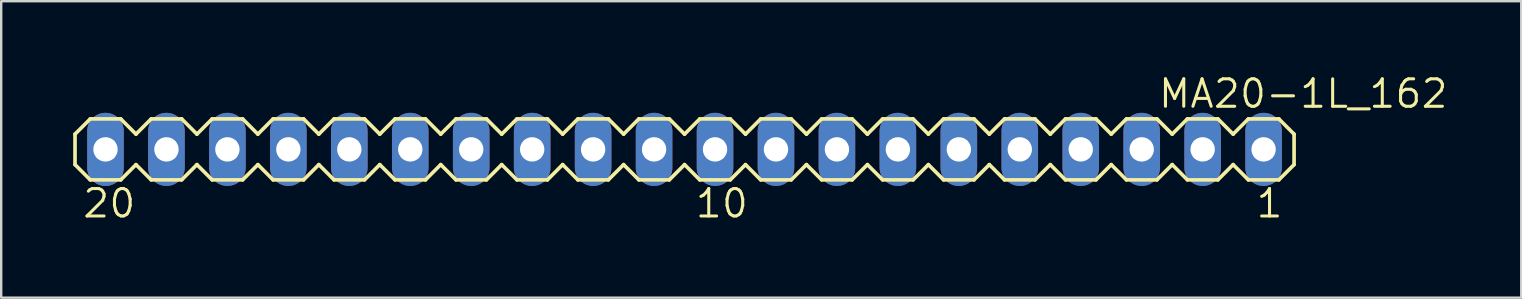
<source format=kicad_pcb>
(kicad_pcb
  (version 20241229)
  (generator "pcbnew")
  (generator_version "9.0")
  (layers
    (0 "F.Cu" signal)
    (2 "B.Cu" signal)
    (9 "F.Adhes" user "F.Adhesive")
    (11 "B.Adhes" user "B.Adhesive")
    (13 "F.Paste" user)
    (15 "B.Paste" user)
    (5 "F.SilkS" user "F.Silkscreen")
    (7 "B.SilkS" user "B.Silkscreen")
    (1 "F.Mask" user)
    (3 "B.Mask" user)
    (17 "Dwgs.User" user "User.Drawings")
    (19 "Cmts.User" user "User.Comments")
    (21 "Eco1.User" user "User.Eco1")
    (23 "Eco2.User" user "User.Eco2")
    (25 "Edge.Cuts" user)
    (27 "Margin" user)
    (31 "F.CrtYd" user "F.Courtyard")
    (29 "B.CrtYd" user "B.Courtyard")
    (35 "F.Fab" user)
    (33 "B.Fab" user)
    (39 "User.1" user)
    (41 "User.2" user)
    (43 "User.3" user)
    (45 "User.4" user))
  (footprint "MA20-1L_162"
    (layer "F.Cu")
    (at 25.476 3.175)
    (property "Reference" "MA20-1L_162" (at 19.685 -1.651 0) (unlocked yes) (layer "F.SilkS") (effects (font (size 1.143 1.143) (thickness 0.127)) (justify left bottom)))
    (fp_line (start -25.4 -0.635) (end -24.765 -1.27) (stroke (width 0.152) (type solid)) (layer "F.SilkS"))
    (fp_line (start -25.4 0.635) (end -25.4 -0.635) (stroke (width 0.152) (type solid)) (layer "F.SilkS"))
    (fp_line (start -24.765 -1.27) (end -23.495 -1.27) (stroke (width 0.152) (type solid)) (layer "F.SilkS"))
    (fp_line (start -24.765 1.27) (end -25.4 0.635) (stroke (width 0.152) (type solid)) (layer "F.SilkS"))
    (fp_line (start -23.495 -1.27) (end -22.86 -0.635) (stroke (width 0.152) (type solid)) (layer "F.SilkS"))
    (fp_line (start -23.495 1.27) (end -24.765 1.27) (stroke (width 0.152) (type solid)) (layer "F.SilkS"))
    (fp_line (start -22.86 -0.635) (end -22.225 -1.27) (stroke (width 0.152) (type solid)) (layer "F.SilkS"))
    (fp_line (start -22.86 0.635) (end -23.495 1.27) (stroke (width 0.152) (type solid)) (layer "F.SilkS"))
    (fp_line (start -22.225 -1.27) (end -20.955 -1.27) (stroke (width 0.152) (type solid)) (layer "F.SilkS"))
    (fp_line (start -22.225 1.27) (end -22.86 0.635) (stroke (width 0.152) (type solid)) (layer "F.SilkS"))
    (fp_line (start -20.955 1.27) (end -22.225 1.27) (stroke (width 0.152) (type solid)) (layer "F.SilkS"))
    (fp_line (start -20.955 1.27) (end -20.32 0.635) (stroke (width 0.152) (type solid)) (layer "F.SilkS"))
    (fp_line (start -20.32 -0.635) (end -20.955 -1.27) (stroke (width 0.152) (type solid)) (layer "F.SilkS"))
    (fp_line (start -20.32 -0.635) (end -19.685 -1.27) (stroke (width 0.152) (type solid)) (layer "F.SilkS"))
    (fp_line (start -19.685 -1.27) (end -18.415 -1.27) (stroke (width 0.152) (type solid)) (layer "F.SilkS"))
    (fp_line (start -19.685 1.27) (end -20.32 0.635) (stroke (width 0.152) (type solid)) (layer "F.SilkS"))
    (fp_line (start -18.415 -1.27) (end -17.78 -0.635) (stroke (width 0.152) (type solid)) (layer "F.SilkS"))
    (fp_line (start -18.415 1.27) (end -19.685 1.27) (stroke (width 0.152) (type solid)) (layer "F.SilkS"))
    (fp_line (start -17.78 -0.635) (end -17.145 -1.27) (stroke (width 0.152) (type solid)) (layer "F.SilkS"))
    (fp_line (start -17.78 0.635) (end -18.415 1.27) (stroke (width 0.152) (type solid)) (layer "F.SilkS"))
    (fp_line (start -17.145 -1.27) (end -15.875 -1.27) (stroke (width 0.152) (type solid)) (layer "F.SilkS"))
    (fp_line (start -17.145 1.27) (end -17.78 0.635) (stroke (width 0.152) (type solid)) (layer "F.SilkS"))
    (fp_line (start -15.875 -1.27) (end -15.24 -0.635) (stroke (width 0.152) (type solid)) (layer "F.SilkS"))
    (fp_line (start -15.875 1.27) (end -17.145 1.27) (stroke (width 0.152) (type solid)) (layer "F.SilkS"))
    (fp_line (start -15.24 -0.635) (end -14.605 -1.27) (stroke (width 0.152) (type solid)) (layer "F.SilkS"))
    (fp_line (start -15.24 0.635) (end -15.875 1.27) (stroke (width 0.152) (type solid)) (layer "F.SilkS"))
    (fp_line (start -14.605 -1.27) (end -13.335 -1.27) (stroke (width 0.152) (type solid)) (layer "F.SilkS"))
    (fp_line (start -14.605 1.27) (end -15.24 0.635) (stroke (width 0.152) (type solid)) (layer "F.SilkS"))
    (fp_line (start -13.335 1.27) (end -14.605 1.27) (stroke (width 0.152) (type solid)) (layer "F.SilkS"))
    (fp_line (start -13.335 1.27) (end -12.7 0.635) (stroke (width 0.152) (type solid)) (layer "F.SilkS"))
    (fp_line (start -12.7 -0.635) (end -13.335 -1.27) (stroke (width 0.152) (type solid)) (layer "F.SilkS"))
    (fp_line (start -12.7 -0.635) (end -12.065 -1.27) (stroke (width 0.152) (type solid)) (layer "F.SilkS"))
    (fp_line (start -12.065 -1.27) (end -10.795 -1.27) (stroke (width 0.152) (type solid)) (layer "F.SilkS"))
    (fp_line (start -12.065 1.27) (end -12.7 0.635) (stroke (width 0.152) (type solid)) (layer "F.SilkS"))
    (fp_line (start -10.795 -1.27) (end -10.16 -0.635) (stroke (width 0.152) (type solid)) (layer "F.SilkS"))
    (fp_line (start -10.795 1.27) (end -12.065 1.27) (stroke (width 0.152) (type solid)) (layer "F.SilkS"))
    (fp_line (start -10.16 -0.635) (end -9.525 -1.27) (stroke (width 0.152) (type solid)) (layer "F.SilkS"))
    (fp_line (start -10.16 0.635) (end -10.795 1.27) (stroke (width 0.152) (type solid)) (layer "F.SilkS"))
    (fp_line (start -9.525 -1.27) (end -8.255 -1.27) (stroke (width 0.152) (type solid)) (layer "F.SilkS"))
    (fp_line (start -9.525 1.27) (end -10.16 0.635) (stroke (width 0.152) (type solid)) (layer "F.SilkS"))
    (fp_line (start -8.255 1.27) (end -9.525 1.27) (stroke (width 0.152) (type solid)) (layer "F.SilkS"))
    (fp_line (start -8.255 1.27) (end -7.62 0.635) (stroke (width 0.152) (type solid)) (layer "F.SilkS"))
    (fp_line (start -7.62 -0.635) (end -8.255 -1.27) (stroke (width 0.152) (type solid)) (layer "F.SilkS"))
    (fp_line (start -7.62 -0.635) (end -6.985 -1.27) (stroke (width 0.152) (type solid)) (layer "F.SilkS"))
    (fp_line (start -6.985 -1.27) (end -5.715 -1.27) (stroke (width 0.152) (type solid)) (layer "F.SilkS"))
    (fp_line (start -6.985 1.27) (end -7.62 0.635) (stroke (width 0.152) (type solid)) (layer "F.SilkS"))
    (fp_line (start -5.715 -1.27) (end -5.08 -0.635) (stroke (width 0.152) (type solid)) (layer "F.SilkS"))
    (fp_line (start -5.715 1.27) (end -6.985 1.27) (stroke (width 0.152) (type solid)) (layer "F.SilkS"))
    (fp_line (start -5.08 -0.635) (end -4.445 -1.27) (stroke (width 0.152) (type solid)) (layer "F.SilkS"))
    (fp_line (start -5.08 0.635) (end -5.715 1.27) (stroke (width 0.152) (type solid)) (layer "F.SilkS"))
    (fp_line (start -4.445 -1.27) (end -3.175 -1.27) (stroke (width 0.152) (type solid)) (layer "F.SilkS"))
    (fp_line (start -4.445 1.27) (end -5.08 0.635) (stroke (width 0.152) (type solid)) (layer "F.SilkS"))
    (fp_line (start -3.175 -1.27) (end -2.54 -0.635) (stroke (width 0.152) (type solid)) (layer "F.SilkS"))
    (fp_line (start -3.175 1.27) (end -4.445 1.27) (stroke (width 0.152) (type solid)) (layer "F.SilkS"))
    (fp_line (start -2.54 -0.635) (end -1.905 -1.27) (stroke (width 0.152) (type solid)) (layer "F.SilkS"))
    (fp_line (start -2.54 0.635) (end -3.175 1.27) (stroke (width 0.152) (type solid)) (layer "F.SilkS"))
    (fp_line (start -1.905 -1.27) (end -0.635 -1.27) (stroke (width 0.152) (type solid)) (layer "F.SilkS"))
    (fp_line (start -1.905 1.27) (end -2.54 0.635) (stroke (width 0.152) (type solid)) (layer "F.SilkS"))
    (fp_line (start -0.635 1.27) (end -1.905 1.27) (stroke (width 0.152) (type solid)) (layer "F.SilkS"))
    (fp_line (start -0.635 1.27) (end 0 0.635) (stroke (width 0.152) (type solid)) (layer "F.SilkS"))
    (fp_line (start 0 -0.635) (end -0.635 -1.27) (stroke (width 0.152) (type solid)) (layer "F.SilkS"))
    (fp_line (start 0 -0.635) (end 0.635 -1.27) (stroke (width 0.152) (type solid)) (layer "F.SilkS"))
    (fp_line (start 0.635 -1.27) (end 1.905 -1.27) (stroke (width 0.152) (type solid)) (layer "F.SilkS"))
    (fp_line (start 0.635 1.27) (end 0 0.635) (stroke (width 0.152) (type solid)) (layer "F.SilkS"))
    (fp_line (start 1.905 -1.27) (end 2.54 -0.635) (stroke (width 0.152) (type solid)) (layer "F.SilkS"))
    (fp_line (start 1.905 1.27) (end 0.635 1.27) (stroke (width 0.152) (type solid)) (layer "F.SilkS"))
    (fp_line (start 2.54 -0.635) (end 3.175 -1.27) (stroke (width 0.152) (type solid)) (layer "F.SilkS"))
    (fp_line (start 2.54 0.635) (end 1.905 1.27) (stroke (width 0.152) (type solid)) (layer "F.SilkS"))
    (fp_line (start 3.175 -1.27) (end 4.445 -1.27) (stroke (width 0.152) (type solid)) (layer "F.SilkS"))
    (fp_line (start 3.175 1.27) (end 2.54 0.635) (stroke (width 0.152) (type solid)) (layer "F.SilkS"))
    (fp_line (start 4.445 1.27) (end 3.175 1.27) (stroke (width 0.152) (type solid)) (layer "F.SilkS"))
    (fp_line (start 4.445 1.27) (end 5.08 0.635) (stroke (width 0.152) (type solid)) (layer "F.SilkS"))
    (fp_line (start 5.08 -0.635) (end 4.445 -1.27) (stroke (width 0.152) (type solid)) (layer "F.SilkS"))
    (fp_line (start 5.08 -0.635) (end 5.715 -1.27) (stroke (width 0.152) (type solid)) (layer "F.SilkS"))
    (fp_line (start 5.715 -1.27) (end 6.985 -1.27) (stroke (width 0.152) (type solid)) (layer "F.SilkS"))
    (fp_line (start 5.715 1.27) (end 5.08 0.635) (stroke (width 0.152) (type solid)) (layer "F.SilkS"))
    (fp_line (start 6.985 -1.27) (end 7.62 -0.635) (stroke (width 0.152) (type solid)) (layer "F.SilkS"))
    (fp_line (start 6.985 1.27) (end 5.715 1.27) (stroke (width 0.152) (type solid)) (layer "F.SilkS"))
    (fp_line (start 7.62 -0.635) (end 8.255 -1.27) (stroke (width 0.152) (type solid)) (layer "F.SilkS"))
    (fp_line (start 7.62 0.635) (end 6.985 1.27) (stroke (width 0.152) (type solid)) (layer "F.SilkS"))
    (fp_line (start 8.255 -1.27) (end 9.525 -1.27) (stroke (width 0.152) (type solid)) (layer "F.SilkS"))
    (fp_line (start 8.255 1.27) (end 7.62 0.635) (stroke (width 0.152) (type solid)) (layer "F.SilkS"))
    (fp_line (start 9.525 -1.27) (end 10.16 -0.635) (stroke (width 0.152) (type solid)) (layer "F.SilkS"))
    (fp_line (start 9.525 1.27) (end 8.255 1.27) (stroke (width 0.152) (type solid)) (layer "F.SilkS"))
    (fp_line (start 10.16 -0.635) (end 10.795 -1.27) (stroke (width 0.152) (type solid)) (layer "F.SilkS"))
    (fp_line (start 10.16 0.635) (end 9.525 1.27) (stroke (width 0.152) (type solid)) (layer "F.SilkS"))
    (fp_line (start 10.795 -1.27) (end 12.065 -1.27) (stroke (width 0.152) (type solid)) (layer "F.SilkS"))
    (fp_line (start 10.795 1.27) (end 10.16 0.635) (stroke (width 0.152) (type solid)) (layer "F.SilkS"))
    (fp_line (start 12.065 1.27) (end 10.795 1.27) (stroke (width 0.152) (type solid)) (layer "F.SilkS"))
    (fp_line (start 12.065 1.27) (end 12.7 0.635) (stroke (width 0.152) (type solid)) (layer "F.SilkS"))
    (fp_line (start 12.7 -0.635) (end 12.065 -1.27) (stroke (width 0.152) (type solid)) (layer "F.SilkS"))
    (fp_line (start 12.7 -0.635) (end 13.335 -1.27) (stroke (width 0.152) (type solid)) (layer "F.SilkS"))
    (fp_line (start 13.335 -1.27) (end 14.605 -1.27) (stroke (width 0.152) (type solid)) (layer "F.SilkS"))
    (fp_line (start 13.335 1.27) (end 12.7 0.635) (stroke (width 0.152) (type solid)) (layer "F.SilkS"))
    (fp_line (start 14.605 -1.27) (end 15.24 -0.635) (stroke (width 0.152) (type solid)) (layer "F.SilkS"))
    (fp_line (start 14.605 1.27) (end 13.335 1.27) (stroke (width 0.152) (type solid)) (layer "F.SilkS"))
    (fp_line (start 15.24 -0.635) (end 15.875 -1.27) (stroke (width 0.152) (type solid)) (layer "F.SilkS"))
    (fp_line (start 15.24 0.635) (end 14.605 1.27) (stroke (width 0.152) (type solid)) (layer "F.SilkS"))
    (fp_line (start 15.875 -1.27) (end 17.145 -1.27) (stroke (width 0.152) (type solid)) (layer "F.SilkS"))
    (fp_line (start 15.875 1.27) (end 15.24 0.635) (stroke (width 0.152) (type solid)) (layer "F.SilkS"))
    (fp_line (start 17.145 1.27) (end 15.875 1.27) (stroke (width 0.152) (type solid)) (layer "F.SilkS"))
    (fp_line (start 17.145 1.27) (end 17.78 0.635) (stroke (width 0.152) (type solid)) (layer "F.SilkS"))
    (fp_line (start 17.78 -0.635) (end 17.145 -1.27) (stroke (width 0.152) (type solid)) (layer "F.SilkS"))
    (fp_line (start 17.78 -0.635) (end 18.415 -1.27) (stroke (width 0.152) (type solid)) (layer "F.SilkS"))
    (fp_line (start 18.415 -1.27) (end 19.685 -1.27) (stroke (width 0.152) (type solid)) (layer "F.SilkS"))
    (fp_line (start 18.415 1.27) (end 17.78 0.635) (stroke (width 0.152) (type solid)) (layer "F.SilkS"))
    (fp_line (start 19.685 -1.27) (end 20.32 -0.635) (stroke (width 0.152) (type solid)) (layer "F.SilkS"))
    (fp_line (start 19.685 1.27) (end 18.415 1.27) (stroke (width 0.152) (type solid)) (layer "F.SilkS"))
    (fp_line (start 20.32 -0.635) (end 20.955 -1.27) (stroke (width 0.152) (type solid)) (layer "F.SilkS"))
    (fp_line (start 20.32 0.635) (end 19.685 1.27) (stroke (width 0.152) (type solid)) (layer "F.SilkS"))
    (fp_line (start 20.955 -1.27) (end 22.225 -1.27) (stroke (width 0.152) (type solid)) (layer "F.SilkS"))
    (fp_line (start 20.955 1.27) (end 20.32 0.635) (stroke (width 0.152) (type solid)) (layer "F.SilkS"))
    (fp_line (start 22.225 -1.27) (end 22.86 -0.635) (stroke (width 0.152) (type solid)) (layer "F.SilkS"))
    (fp_line (start 22.225 1.27) (end 20.955 1.27) (stroke (width 0.152) (type solid)) (layer "F.SilkS"))
    (fp_line (start 22.86 -0.635) (end 23.495 -1.27) (stroke (width 0.152) (type solid)) (layer "F.SilkS"))
    (fp_line (start 22.86 0.635) (end 22.225 1.27) (stroke (width 0.152) (type solid)) (layer "F.SilkS"))
    (fp_line (start 23.495 -1.27) (end 24.765 -1.27) (stroke (width 0.152) (type solid)) (layer "F.SilkS"))
    (fp_line (start 23.495 1.27) (end 22.86 0.635) (stroke (width 0.152) (type solid)) (layer "F.SilkS"))
    (fp_line (start 24.765 1.27) (end 23.495 1.27) (stroke (width 0.152) (type solid)) (layer "F.SilkS"))
    (fp_line (start 24.765 1.27) (end 25.4 0.635) (stroke (width 0.152) (type solid)) (layer "F.SilkS"))
    (fp_line (start 25.4 -0.635) (end 24.765 -1.27) (stroke (width 0.152) (type solid)) (layer "F.SilkS"))
    (fp_line (start 25.4 0.635) (end 25.4 -0.635) (stroke (width 0.152) (type solid)) (layer "F.SilkS"))
    (fp_poly (pts (xy -24.46 0.33) (xy -23.8 0.33) (xy -23.8 -0.33) (xy -24.46 -0.33)) (stroke (width 0.1) (type default)) (fill no) (layer "F.Fab"))
    (fp_poly (pts (xy -21.92 0.33) (xy -21.26 0.33) (xy -21.26 -0.33) (xy -21.92 -0.33)) (stroke (width 0.1) (type default)) (fill no) (layer "F.Fab"))
    (fp_poly (pts (xy -19.38 0.33) (xy -18.72 0.33) (xy -18.72 -0.33) (xy -19.38 -0.33)) (stroke (width 0.1) (type default)) (fill no) (layer "F.Fab"))
    (fp_poly (pts (xy -16.84 0.33) (xy -16.18 0.33) (xy -16.18 -0.33) (xy -16.84 -0.33)) (stroke (width 0.1) (type default)) (fill no) (layer "F.Fab"))
    (fp_poly (pts (xy -14.3 0.33) (xy -13.64 0.33) (xy -13.64 -0.33) (xy -14.3 -0.33)) (stroke (width 0.1) (type default)) (fill no) (layer "F.Fab"))
    (fp_poly (pts (xy -11.76 0.33) (xy -11.1 0.33) (xy -11.1 -0.33) (xy -11.76 -0.33)) (stroke (width 0.1) (type default)) (fill no) (layer "F.Fab"))
    (fp_poly (pts (xy -9.22 0.33) (xy -8.56 0.33) (xy -8.56 -0.33) (xy -9.22 -0.33)) (stroke (width 0.1) (type default)) (fill no) (layer "F.Fab"))
    (fp_poly (pts (xy -6.68 0.33) (xy -6.02 0.33) (xy -6.02 -0.33) (xy -6.68 -0.33)) (stroke (width 0.1) (type default)) (fill no) (layer "F.Fab"))
    (fp_poly (pts (xy -4.14 0.33) (xy -3.48 0.33) (xy -3.48 -0.33) (xy -4.14 -0.33)) (stroke (width 0.1) (type default)) (fill no) (layer "F.Fab"))
    (fp_poly (pts (xy -1.6 0.33) (xy -0.94 0.33) (xy -0.94 -0.33) (xy -1.6 -0.33)) (stroke (width 0.1) (type default)) (fill no) (layer "F.Fab"))
    (fp_poly (pts (xy 0.94 0.33) (xy 1.6 0.33) (xy 1.6 -0.33) (xy 0.94 -0.33)) (stroke (width 0.1) (type default)) (fill no) (layer "F.Fab"))
    (fp_poly (pts (xy 3.48 0.33) (xy 4.14 0.33) (xy 4.14 -0.33) (xy 3.48 -0.33)) (stroke (width 0.1) (type default)) (fill no) (layer "F.Fab"))
    (fp_poly (pts (xy 6.02 0.33) (xy 6.68 0.33) (xy 6.68 -0.33) (xy 6.02 -0.33)) (stroke (width 0.1) (type default)) (fill no) (layer "F.Fab"))
    (fp_poly (pts (xy 8.56 0.33) (xy 9.22 0.33) (xy 9.22 -0.33) (xy 8.56 -0.33)) (stroke (width 0.1) (type default)) (fill no) (layer "F.Fab"))
    (fp_poly (pts (xy 11.1 0.33) (xy 11.76 0.33) (xy 11.76 -0.33) (xy 11.1 -0.33)) (stroke (width 0.1) (type default)) (fill no) (layer "F.Fab"))
    (fp_poly (pts (xy 13.64 0.33) (xy 14.3 0.33) (xy 14.3 -0.33) (xy 13.64 -0.33)) (stroke (width 0.1) (type default)) (fill no) (layer "F.Fab"))
    (fp_poly (pts (xy 16.18 0.33) (xy 16.84 0.33) (xy 16.84 -0.33) (xy 16.18 -0.33)) (stroke (width 0.1) (type default)) (fill no) (layer "F.Fab"))
    (fp_poly (pts (xy 18.72 0.33) (xy 19.38 0.33) (xy 19.38 -0.33) (xy 18.72 -0.33)) (stroke (width 0.1) (type default)) (fill no) (layer "F.Fab"))
    (fp_poly (pts (xy 21.26 0.33) (xy 21.92 0.33) (xy 21.92 -0.33) (xy 21.26 -0.33)) (stroke (width 0.1) (type default)) (fill no) (layer "F.Fab"))
    (fp_poly (pts (xy 23.8 0.33) (xy 24.46 0.33) (xy 24.46 -0.33) (xy 23.8 -0.33)) (stroke (width 0.1) (type default)) (fill no) (layer "F.Fab"))
    (fp_text user "1" (at 23.749 2.921 0) (unlocked yes) (layer "F.SilkS") (effects (font (size 1.143 1.143) (thickness 0.127)) (justify left bottom)))
    (fp_text user "20" (at -25.146 2.921 0) (unlocked yes) (layer "F.SilkS") (effects (font (size 1.143 1.143) (thickness 0.127)) (justify left bottom)))
    (fp_text user "10" (at 0.381 2.921 0) (unlocked yes) (layer "F.SilkS") (effects (font (size 1.143 1.143) (thickness 0.127)) (justify left bottom)))
    (pad "1" thru_hole oval (at 24.13 0 90) (size 3.048 1.524) (drill 1.016) (layers "*.Cu" "*.Mask"))
    (pad "2" thru_hole oval (at 21.59 0 90) (size 3.048 1.524) (drill 1.016) (layers "*.Cu" "*.Mask"))
    (pad "3" thru_hole oval (at 19.05 0 90) (size 3.048 1.524) (drill 1.016) (layers "*.Cu" "*.Mask"))
    (pad "4" thru_hole oval (at 16.51 0 90) (size 3.048 1.524) (drill 1.016) (layers "*.Cu" "*.Mask"))
    (pad "5" thru_hole oval (at 13.97 0 90) (size 3.048 1.524) (drill 1.016) (layers "*.Cu" "*.Mask"))
    (pad "6" thru_hole oval (at 11.43 0 90) (size 3.048 1.524) (drill 1.016) (layers "*.Cu" "*.Mask"))
    (pad "7" thru_hole oval (at 8.89 0 90) (size 3.048 1.524) (drill 1.016) (layers "*.Cu" "*.Mask"))
    (pad "8" thru_hole oval (at 6.35 0 90) (size 3.048 1.524) (drill 1.016) (layers "*.Cu" "*.Mask"))
    (pad "9" thru_hole oval (at 3.81 0 90) (size 3.048 1.524) (drill 1.016) (layers "*.Cu" "*.Mask"))
    (pad "10" thru_hole oval (at 1.27 0 90) (size 3.048 1.524) (drill 1.016) (layers "*.Cu" "*.Mask"))
    (pad "11" thru_hole oval (at -1.27 0 90) (size 3.048 1.524) (drill 1.016) (layers "*.Cu" "*.Mask"))
    (pad "12" thru_hole oval (at -3.81 0 90) (size 3.048 1.524) (drill 1.016) (layers "*.Cu" "*.Mask"))
    (pad "13" thru_hole oval (at -6.35 0 90) (size 3.048 1.524) (drill 1.016) (layers "*.Cu" "*.Mask"))
    (pad "14" thru_hole oval (at -8.89 0 90) (size 3.048 1.524) (drill 1.016) (layers "*.Cu" "*.Mask"))
    (pad "15" thru_hole oval (at -11.43 0 90) (size 3.048 1.524) (drill 1.016) (layers "*.Cu" "*.Mask"))
    (pad "16" thru_hole oval (at -13.97 0 90) (size 3.048 1.524) (drill 1.016) (layers "*.Cu" "*.Mask"))
    (pad "17" thru_hole oval (at -16.51 0 90) (size 3.048 1.524) (drill 1.016) (layers "*.Cu" "*.Mask"))
    (pad "18" thru_hole oval (at -19.05 0 90) (size 3.048 1.524) (drill 1.016) (layers "*.Cu" "*.Mask"))
    (pad "19" thru_hole oval (at -21.59 0 90) (size 3.048 1.524) (drill 1.016) (layers "*.Cu" "*.Mask"))
    (pad "20" thru_hole oval (at -24.13 0 90) (size 3.048 1.524) (drill 1.016) (layers "*.Cu" "*.Mask")))
  (gr_rect
    (start -3 -3)
    (end 60.342 9.355)
    (stroke (width 0.1) (type default))
    (fill no)
    (layer "Edge.Cuts")))
</source>
